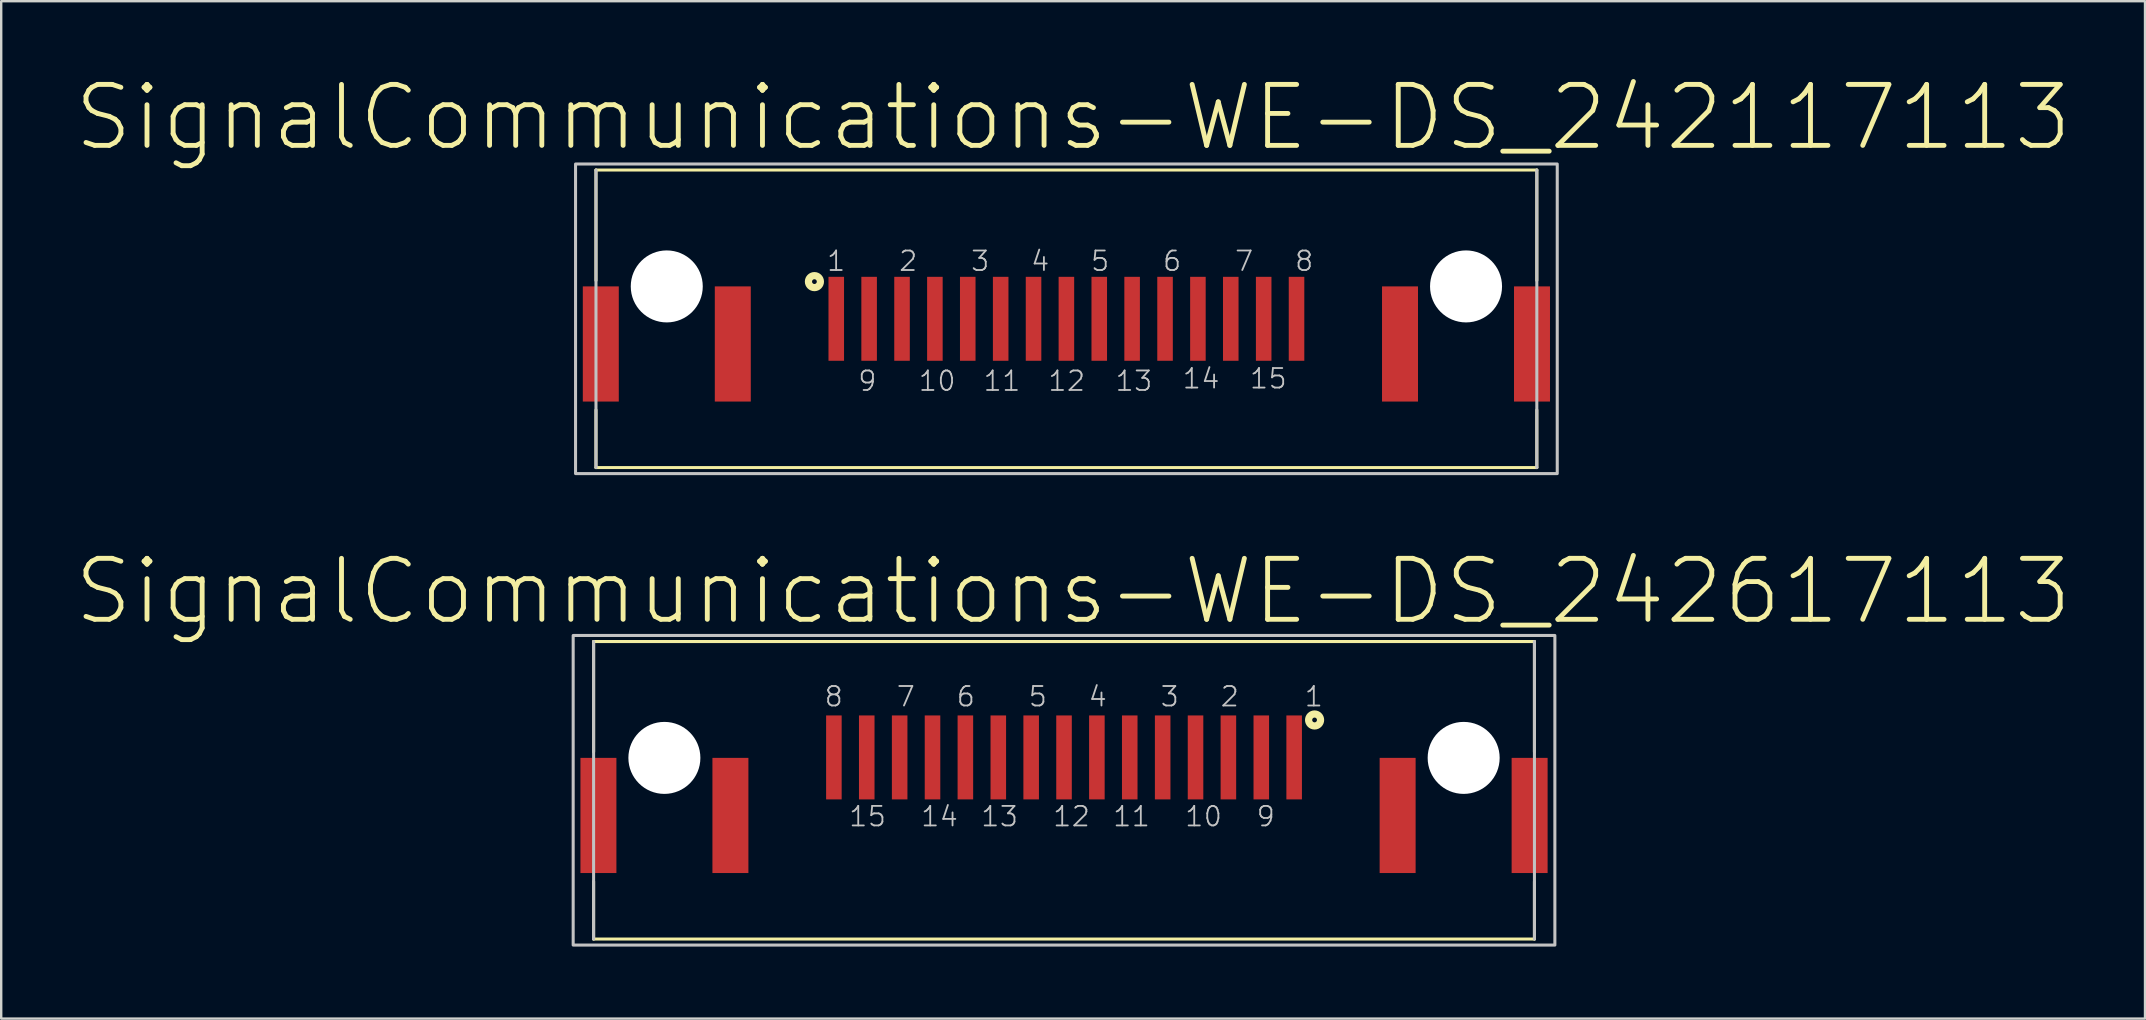
<source format=kicad_pcb>
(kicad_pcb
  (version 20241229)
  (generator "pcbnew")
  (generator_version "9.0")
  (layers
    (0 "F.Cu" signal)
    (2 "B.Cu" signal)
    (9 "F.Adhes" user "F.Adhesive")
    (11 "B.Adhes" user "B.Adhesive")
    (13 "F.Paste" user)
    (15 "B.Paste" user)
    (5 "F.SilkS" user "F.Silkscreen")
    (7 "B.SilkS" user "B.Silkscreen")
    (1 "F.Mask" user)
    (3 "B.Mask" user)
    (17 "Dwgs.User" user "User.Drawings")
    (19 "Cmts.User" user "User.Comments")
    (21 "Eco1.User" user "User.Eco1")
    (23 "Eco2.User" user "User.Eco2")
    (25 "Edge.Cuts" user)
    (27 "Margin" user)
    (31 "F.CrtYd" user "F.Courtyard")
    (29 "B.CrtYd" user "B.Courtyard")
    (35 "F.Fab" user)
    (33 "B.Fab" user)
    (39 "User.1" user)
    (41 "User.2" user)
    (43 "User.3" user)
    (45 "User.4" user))
  (footprint "SignalCommunications-WE-DS_242617113"
    (layer "F.Cu")
    (at 41.28 29.875)
    (property "Reference" "SignalCommunications-WE-DS_242617113" (at 0.378 -8.288 0) (layer "F.SilkS") (effects (font (size 2.54 2.54) (thickness 0.203))))
    (attr smd)
    (fp_line (start -19.599 -6.198) (end 19.599 -6.198) (stroke (width 0.127) (type solid)) (layer "F.SilkS"))
    (fp_line (start -19.599 -1.598) (end -19.599 -6.198) (stroke (width 0.127) (type solid)) (layer "F.SilkS"))
    (fp_line (start -19.599 3.8) (end -19.599 6.198) (stroke (width 0.127) (type solid)) (layer "F.SilkS"))
    (fp_line (start -19.599 6.198) (end 19.599 6.198) (stroke (width 0.127) (type solid)) (layer "F.SilkS"))
    (fp_line (start 19.599 -1.598) (end 19.599 -6.198) (stroke (width 0.127) (type solid)) (layer "F.SilkS"))
    (fp_line (start 19.599 3.8) (end 19.599 6.198) (stroke (width 0.127) (type solid)) (layer "F.SilkS"))
    (fp_circle (center 10.439 -2.929) (end 10.439 -3.028) (stroke (width 0.3) (type solid)) (fill no) (layer "F.SilkS"))
    (fp_line (start -19.599 -6.198) (end -19.599 6.198) (stroke (width 0.127) (type solid)) (layer "Dwgs.User"))
    (fp_line (start 19.599 -6.198) (end 19.599 6.198) (stroke (width 0.127) (type solid)) (layer "Dwgs.User"))
    (fp_poly (pts (xy -20.45 -6.449) (xy 20.45 -6.449) (xy 20.45 6.449) (xy -20.45 6.449) (xy -20.45 -6.449)) (stroke (width 0.127) (type solid)) (fill no) (layer "Dwgs.User"))
    (fp_text user "10" (at 5.812 1.092 0) (layer "Dwgs.User") (effects (font (size 0.813 0.813) (thickness 0.076))))
    (fp_text user "2" (at 6.906 -3.904 0) (layer "Dwgs.User") (effects (font (size 0.813 0.813) (thickness 0.076))))
    (fp_text user "1" (at 10.406 -3.904 0) (layer "Dwgs.User") (effects (font (size 0.813 0.813) (thickness 0.076))))
    (fp_text user "15" (at -8.186 1.092 0) (layer "Dwgs.User") (effects (font (size 0.813 0.813) (thickness 0.076))))
    (fp_text user "5" (at -1.092 -3.904 0) (layer "Dwgs.User") (effects (font (size 0.813 0.813) (thickness 0.076))))
    (fp_text user "4" (at 1.405 -3.904 0) (layer "Dwgs.User") (effects (font (size 0.813 0.813) (thickness 0.076))))
    (fp_text user "8" (at -9.594 -3.904 0) (layer "Dwgs.User") (effects (font (size 0.813 0.813) (thickness 0.076))))
    (fp_text user "12" (at 0.312 1.092 0) (layer "Dwgs.User") (effects (font (size 0.813 0.813) (thickness 0.076))))
    (fp_text user "7" (at -6.591 -3.904 0) (layer "Dwgs.User") (effects (font (size 0.813 0.813) (thickness 0.076))))
    (fp_text user "14" (at -5.187 1.092 0) (layer "Dwgs.User") (effects (font (size 0.813 0.813) (thickness 0.076))))
    (fp_text user "6" (at -4.092 -3.904 0) (layer "Dwgs.User") (effects (font (size 0.813 0.813) (thickness 0.076))))
    (fp_text user "9" (at 8.405 1.092 0) (layer "Dwgs.User") (effects (font (size 0.813 0.813) (thickness 0.076))))
    (fp_text user "11" (at 2.812 1.092 0) (layer "Dwgs.User") (effects (font (size 0.813 0.813) (thickness 0.076))))
    (fp_text user "3" (at 4.404 -3.904 0) (layer "Dwgs.User") (effects (font (size 0.813 0.813) (thickness 0.076))))
    (fp_text user "13" (at -2.685 1.092 0) (layer "Dwgs.User") (effects (font (size 0.813 0.813) (thickness 0.076))))
    (pad "" np_thru_hole circle (at -16.65 -1.349) (size 3 3) (drill 3) (layers "*.Cu" "*.Mask"))
    (pad "" np_thru_hole circle (at 16.65 -1.349) (size 3 3) (drill 3) (layers "*.Cu" "*.Mask"))
    (pad "1" smd rect (at 9.588 -1.369) (size 0.648 3.498) (layers "F.Cu" "F.Mask" "F.Paste"))
    (pad "2" smd rect (at 6.848 -1.369) (size 0.648 3.498) (layers "F.Cu" "F.Mask" "F.Paste"))
    (pad "3" smd rect (at 4.11 -1.369) (size 0.648 3.498) (layers "F.Cu" "F.Mask" "F.Paste"))
    (pad "4" smd rect (at 1.369 -1.369) (size 0.648 3.498) (layers "F.Cu" "F.Mask" "F.Paste"))
    (pad "5" smd rect (at -1.369 -1.369) (size 0.648 3.498) (layers "F.Cu" "F.Mask" "F.Paste"))
    (pad "6" smd rect (at -4.11 -1.369) (size 0.648 3.498) (layers "F.Cu" "F.Mask" "F.Paste"))
    (pad "7" smd rect (at -6.848 -1.369) (size 0.648 3.498) (layers "F.Cu" "F.Mask" "F.Paste"))
    (pad "8" smd rect (at -9.588 -1.369) (size 0.648 3.498) (layers "F.Cu" "F.Mask" "F.Paste"))
    (pad "9" smd rect (at 8.219 -1.369) (size 0.648 3.498) (layers "F.Cu" "F.Mask" "F.Paste"))
    (pad "10" smd rect (at 5.479 -1.369) (size 0.648 3.498) (layers "F.Cu" "F.Mask" "F.Paste"))
    (pad "11" smd rect (at 2.738 -1.369) (size 0.648 3.498) (layers "F.Cu" "F.Mask" "F.Paste"))
    (pad "12" smd rect (at 0 -1.369) (size 0.648 3.498) (layers "F.Cu" "F.Mask" "F.Paste"))
    (pad "13" smd rect (at -2.738 -1.369) (size 0.648 3.498) (layers "F.Cu" "F.Mask" "F.Paste"))
    (pad "14" smd rect (at -5.479 -1.369) (size 0.648 3.498) (layers "F.Cu" "F.Mask" "F.Paste"))
    (pad "15" smd rect (at -8.219 -1.369) (size 0.648 3.498) (layers "F.Cu" "F.Mask" "F.Paste"))
    (pad "L1" smd rect (at -13.899 1.049) (size 1.499 4.798) (layers "F.Cu" "F.Mask" "F.Paste"))
    (pad "L2" smd rect (at -19.398 1.049) (size 1.499 4.798) (layers "F.Cu" "F.Mask" "F.Paste"))
    (pad "R1" smd rect (at 19.398 1.049) (size 1.499 4.798) (layers "F.Cu" "F.Mask" "F.Paste"))
    (pad "R2" smd rect (at 13.899 1.049) (size 1.499 4.798) (layers "F.Cu" "F.Mask" "F.Paste")))
  (footprint "SignalCommunications-WE-DS_242117113"
    (layer "F.Cu")
    (at 41.379 10.232)
    (property "Reference" "SignalCommunications-WE-DS_242117113" (at 0.279 -8.39 0) (layer "F.SilkS") (effects (font (size 2.54 2.54) (thickness 0.203))))
    (attr smd)
    (fp_line (start -19.599 -6.198) (end 19.599 -6.198) (stroke (width 0.127) (type solid)) (layer "F.SilkS"))
    (fp_line (start -19.599 -1.598) (end -19.599 -6.198) (stroke (width 0.127) (type solid)) (layer "F.SilkS"))
    (fp_line (start -19.599 3.8) (end -19.599 6.198) (stroke (width 0.127) (type solid)) (layer "F.SilkS"))
    (fp_line (start -19.599 6.198) (end 19.599 6.198) (stroke (width 0.127) (type solid)) (layer "F.SilkS"))
    (fp_line (start 19.599 -1.598) (end 19.599 -6.198) (stroke (width 0.127) (type solid)) (layer "F.SilkS"))
    (fp_line (start 19.599 3.8) (end 19.599 6.198) (stroke (width 0.127) (type solid)) (layer "F.SilkS"))
    (fp_circle (center -10.498 -1.549) (end -10.498 -1.648) (stroke (width 0.3) (type solid)) (fill no) (layer "F.SilkS"))
    (fp_line (start -19.599 -6.198) (end -19.599 6.198) (stroke (width 0.127) (type solid)) (layer "Dwgs.User"))
    (fp_line (start 19.599 -6.198) (end 19.599 6.198) (stroke (width 0.127) (type solid)) (layer "Dwgs.User"))
    (fp_poly (pts (xy -20.45 -6.449) (xy 20.45 -6.449) (xy 20.45 6.449) (xy -20.45 6.449) (xy -20.45 -6.449)) (stroke (width 0.127) (type solid)) (fill no) (layer "Dwgs.User"))
    (fp_text user "3" (at -3.592 -2.405 0) (layer "Dwgs.User") (effects (font (size 0.813 0.813) (thickness 0.076))))
    (fp_text user "4" (at -1.092 -2.405 0) (layer "Dwgs.User") (effects (font (size 0.813 0.813) (thickness 0.076))))
    (fp_text user "13" (at 2.812 2.593 0) (layer "Dwgs.User") (effects (font (size 0.813 0.813) (thickness 0.076))))
    (fp_text user "15" (at 8.412 2.492 0) (layer "Dwgs.User") (effects (font (size 0.813 0.813) (thickness 0.076))))
    (fp_text user "5" (at 1.405 -2.405 0) (layer "Dwgs.User") (effects (font (size 0.813 0.813) (thickness 0.076))))
    (fp_text user "7" (at 7.404 -2.405 0) (layer "Dwgs.User") (effects (font (size 0.813 0.813) (thickness 0.076))))
    (fp_text user "9" (at -8.293 2.593 0) (layer "Dwgs.User") (effects (font (size 0.813 0.813) (thickness 0.076))))
    (fp_text user "10" (at -5.385 2.593 0) (layer "Dwgs.User") (effects (font (size 0.813 0.813) (thickness 0.076))))
    (fp_text user "6" (at 4.404 -2.405 0) (layer "Dwgs.User") (effects (font (size 0.813 0.813) (thickness 0.076))))
    (fp_text user "11" (at -2.685 2.593 0) (layer "Dwgs.User") (effects (font (size 0.813 0.813) (thickness 0.076))))
    (fp_text user "14" (at 5.611 2.492 0) (layer "Dwgs.User") (effects (font (size 0.813 0.813) (thickness 0.076))))
    (fp_text user "2" (at -6.591 -2.405 0) (layer "Dwgs.User") (effects (font (size 0.813 0.813) (thickness 0.076))))
    (fp_text user "12" (at 0.013 2.593 0) (layer "Dwgs.User") (effects (font (size 0.813 0.813) (thickness 0.076))))
    (fp_text user "8" (at 9.906 -2.405 0) (layer "Dwgs.User") (effects (font (size 0.813 0.813) (thickness 0.076))))
    (fp_text user "1" (at -9.594 -2.405 0) (layer "Dwgs.User") (effects (font (size 0.813 0.813) (thickness 0.076))))
    (pad "" np_thru_hole circle (at -16.65 -1.349) (size 3 3) (drill 3) (layers "*.Cu" "*.Mask"))
    (pad "" np_thru_hole circle (at 16.65 -1.349) (size 3 3) (drill 3) (layers "*.Cu" "*.Mask"))
    (pad "1" smd rect (at -9.588 0) (size 0.648 3.498) (layers "F.Cu" "F.Mask" "F.Paste"))
    (pad "2" smd rect (at -6.848 0) (size 0.648 3.498) (layers "F.Cu" "F.Mask" "F.Paste"))
    (pad "3" smd rect (at -4.11 0) (size 0.648 3.498) (layers "F.Cu" "F.Mask" "F.Paste"))
    (pad "4" smd rect (at -1.369 0) (size 0.648 3.498) (layers "F.Cu" "F.Mask" "F.Paste"))
    (pad "5" smd rect (at 1.369 0) (size 0.648 3.498) (layers "F.Cu" "F.Mask" "F.Paste"))
    (pad "6" smd rect (at 4.11 0) (size 0.648 3.498) (layers "F.Cu" "F.Mask" "F.Paste"))
    (pad "7" smd rect (at 6.848 0) (size 0.648 3.498) (layers "F.Cu" "F.Mask" "F.Paste"))
    (pad "8" smd rect (at 9.588 0) (size 0.648 3.498) (layers "F.Cu" "F.Mask" "F.Paste"))
    (pad "9" smd rect (at -8.219 0) (size 0.648 3.498) (layers "F.Cu" "F.Mask" "F.Paste"))
    (pad "10" smd rect (at -5.479 0) (size 0.648 3.498) (layers "F.Cu" "F.Mask" "F.Paste"))
    (pad "11" smd rect (at -2.738 0) (size 0.648 3.498) (layers "F.Cu" "F.Mask" "F.Paste"))
    (pad "12" smd rect (at 0 0) (size 0.648 3.498) (layers "F.Cu" "F.Mask" "F.Paste"))
    (pad "13" smd rect (at 2.738 0) (size 0.648 3.498) (layers "F.Cu" "F.Mask" "F.Paste"))
    (pad "14" smd rect (at 5.479 0) (size 0.648 3.498) (layers "F.Cu" "F.Mask" "F.Paste"))
    (pad "15" smd rect (at 8.219 0) (size 0.648 3.498) (layers "F.Cu" "F.Mask" "F.Paste"))
    (pad "L1" smd rect (at -13.899 1.049) (size 1.499 4.798) (layers "F.Cu" "F.Mask" "F.Paste"))
    (pad "L2" smd rect (at -19.398 1.049) (size 1.499 4.798) (layers "F.Cu" "F.Mask" "F.Paste"))
    (pad "R1" smd rect (at 19.398 1.049) (size 1.499 4.798) (layers "F.Cu" "F.Mask" "F.Paste"))
    (pad "R2" smd rect (at 13.899 1.049) (size 1.499 4.798) (layers "F.Cu" "F.Mask" "F.Paste")))
  (gr_rect
    (start -3 -3)
    (end 86.317 39.388)
    (stroke (width 0.1) (type default))
    (fill no)
    (layer "Edge.Cuts")))
</source>
